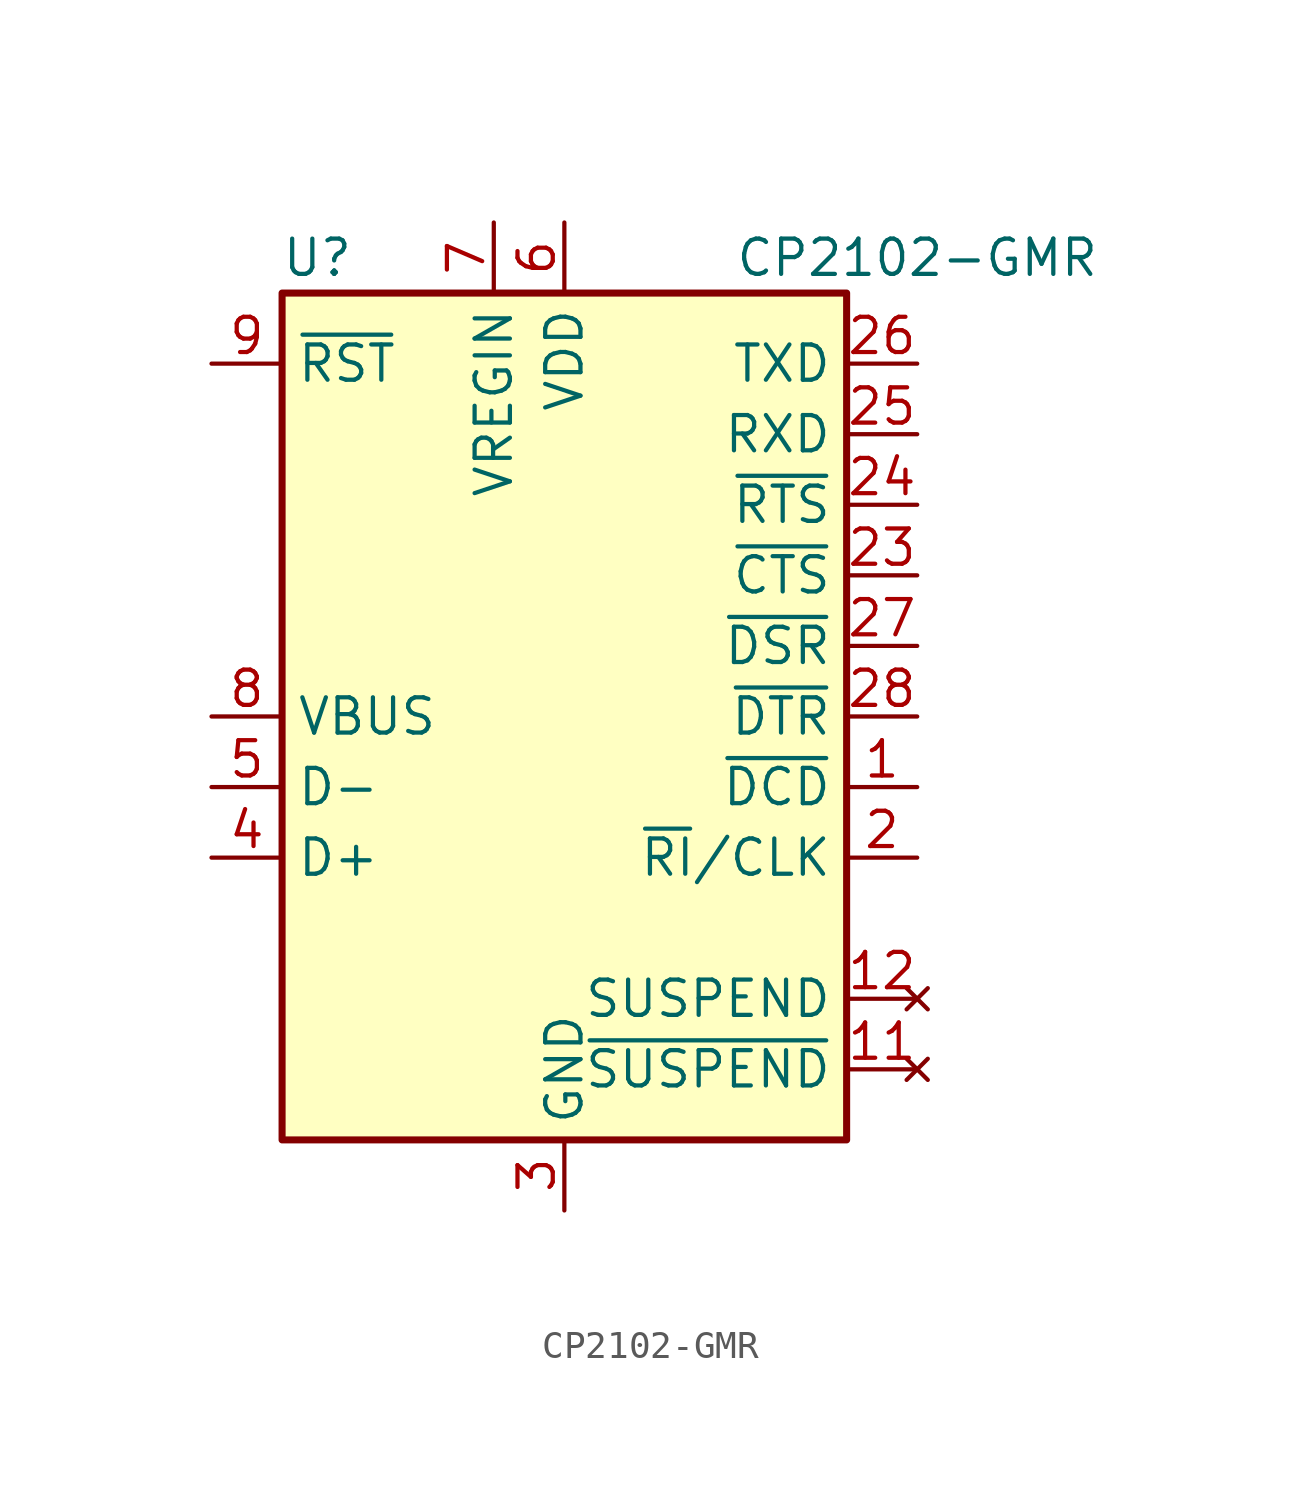
<source format=kicad_sym>
(kicad_symbol_lib
  (version 20231120)
  (generator "kicad_symbol_editor")
  (generator_version "8.0")
  (symbol "CP2102-GMR"
    (property "Reference" "U"
      (at -8.89 16.51 0)
      (effects (font (size 1.27 1.27))))
    (property "Value" "CP2102-GMR"
      (at 12.7 16.51 0)
      (effects (font (size 1.27 1.27))))
    (symbol "CP2102-GMR_0_1"
      (rectangle (start -10.16 15.24) (end 10.16 -15.24) (stroke (width 0.254) (type default)) (fill (type background))))
    (symbol "CP2102-GMR_1_1"
      (pin input line (at 12.7 -2.54 180) (length 2.54) (name "~{DCD}" (effects (font (size 1.27 1.27)))) (number "1" (effects (font (size 1.27 1.27)))))
      (pin no_connect line (at -12.7 -13.97 0) (length 2.54) hide (name "NC" (effects (font (size 1.27 1.27)))) (number "10" (effects (font (size 1.27 1.27)))))
      (pin no_connect line (at 12.7 -12.7 180) (length 2.54) (name "~{SUSPEND}" (effects (font (size 1.27 1.27)))) (number "11" (effects (font (size 1.27 1.27)))))
      (pin no_connect line (at 12.7 -10.16 180) (length 2.54) (name "SUSPEND" (effects (font (size 1.27 1.27)))) (number "12" (effects (font (size 1.27 1.27)))))
      (pin no_connect line (at -12.7 -13.97 0) (length 2.54) hide (name "NC" (effects (font (size 1.27 1.27)))) (number "13" (effects (font (size 1.27 1.27)))))
      (pin no_connect line (at -12.7 -13.97 0) (length 2.54) hide (name "NC" (effects (font (size 1.27 1.27)))) (number "14" (effects (font (size 1.27 1.27)))))
      (pin no_connect line (at -12.7 -13.97 0) (length 2.54) hide (name "NC" (effects (font (size 1.27 1.27)))) (number "15" (effects (font (size 1.27 1.27)))))
      (pin no_connect line (at -12.7 -13.97 0) (length 2.54) hide (name "NC" (effects (font (size 1.27 1.27)))) (number "16" (effects (font (size 1.27 1.27)))))
      (pin no_connect line (at -12.7 -13.97 0) (length 2.54) hide (name "NC" (effects (font (size 1.27 1.27)))) (number "17" (effects (font (size 1.27 1.27)))))
      (pin no_connect line (at -12.7 -13.97 0) (length 2.54) hide (name "NC" (effects (font (size 1.27 1.27)))) (number "18" (effects (font (size 1.27 1.27)))))
      (pin no_connect line (at -12.7 -13.97 0) (length 2.54) hide (name "NC" (effects (font (size 1.27 1.27)))) (number "19" (effects (font (size 1.27 1.27)))))
      (pin bidirectional line (at 12.7 -5.08 180) (length 2.54) (name "~{RI}/CLK" (effects (font (size 1.27 1.27)))) (number "2" (effects (font (size 1.27 1.27)))))
      (pin no_connect line (at -12.7 -13.97 0) (length 2.54) hide (name "NC" (effects (font (size 1.27 1.27)))) (number "20" (effects (font (size 1.27 1.27)))))
      (pin no_connect line (at -12.7 -13.97 0) (length 2.54) hide (name "NC" (effects (font (size 1.27 1.27)))) (number "21" (effects (font (size 1.27 1.27)))))
      (pin no_connect line (at -12.7 -13.97 0) (length 2.54) hide (name "NC" (effects (font (size 1.27 1.27)))) (number "22" (effects (font (size 1.27 1.27)))))
      (pin input line (at 12.7 5.08 180) (length 2.54) (name "~{CTS}" (effects (font (size 1.27 1.27)))) (number "23" (effects (font (size 1.27 1.27)))))
      (pin output line (at 12.7 7.62 180) (length 2.54) (name "~{RTS}" (effects (font (size 1.27 1.27)))) (number "24" (effects (font (size 1.27 1.27)))))
      (pin input line (at 12.7 10.16 180) (length 2.54) (name "RXD" (effects (font (size 1.27 1.27)))) (number "25" (effects (font (size 1.27 1.27)))))
      (pin output line (at 12.7 12.7 180) (length 2.54) (name "TXD" (effects (font (size 1.27 1.27)))) (number "26" (effects (font (size 1.27 1.27)))))
      (pin input line (at 12.7 2.54 180) (length 2.54) (name "~{DSR}" (effects (font (size 1.27 1.27)))) (number "27" (effects (font (size 1.27 1.27)))))
      (pin output line (at 12.7 0 180) (length 2.54) (name "~{DTR}" (effects (font (size 1.27 1.27)))) (number "28" (effects (font (size 1.27 1.27)))))
      (pin passive line (at 0 -17.78 90) (length 2.54) hide (name "GND" (effects (font (size 1.27 1.27)))) (number "29" (effects (font (size 1.27 1.27)))))
      (pin power_in line (at 0 -17.78 90) (length 2.54) (name "GND" (effects (font (size 1.27 1.27)))) (number "3" (effects (font (size 1.27 1.27)))))
      (pin bidirectional line (at -12.7 -5.08 0) (length 2.54) (name "D+" (effects (font (size 1.27 1.27)))) (number "4" (effects (font (size 1.27 1.27)))))
      (pin bidirectional line (at -12.7 -2.54 0) (length 2.54) (name "D-" (effects (font (size 1.27 1.27)))) (number "5" (effects (font (size 1.27 1.27)))))
      (pin power_in line (at 0 17.78 270) (length 2.54) (name "VDD" (effects (font (size 1.27 1.27)))) (number "6" (effects (font (size 1.27 1.27)))))
      (pin power_in line (at -2.54 17.78 270) (length 2.54) (name "VREGIN" (effects (font (size 1.27 1.27)))) (number "7" (effects (font (size 1.27 1.27)))))
      (pin input line (at -12.7 0 0) (length 2.54) (name "VBUS" (effects (font (size 1.27 1.27)))) (number "8" (effects (font (size 1.27 1.27)))))
      (pin input line (at -12.7 12.7 0) (length 2.54) (name "~{RST}" (effects (font (size 1.27 1.27)))) (number "9" (effects (font (size 1.27 1.27))))))))
</source>
